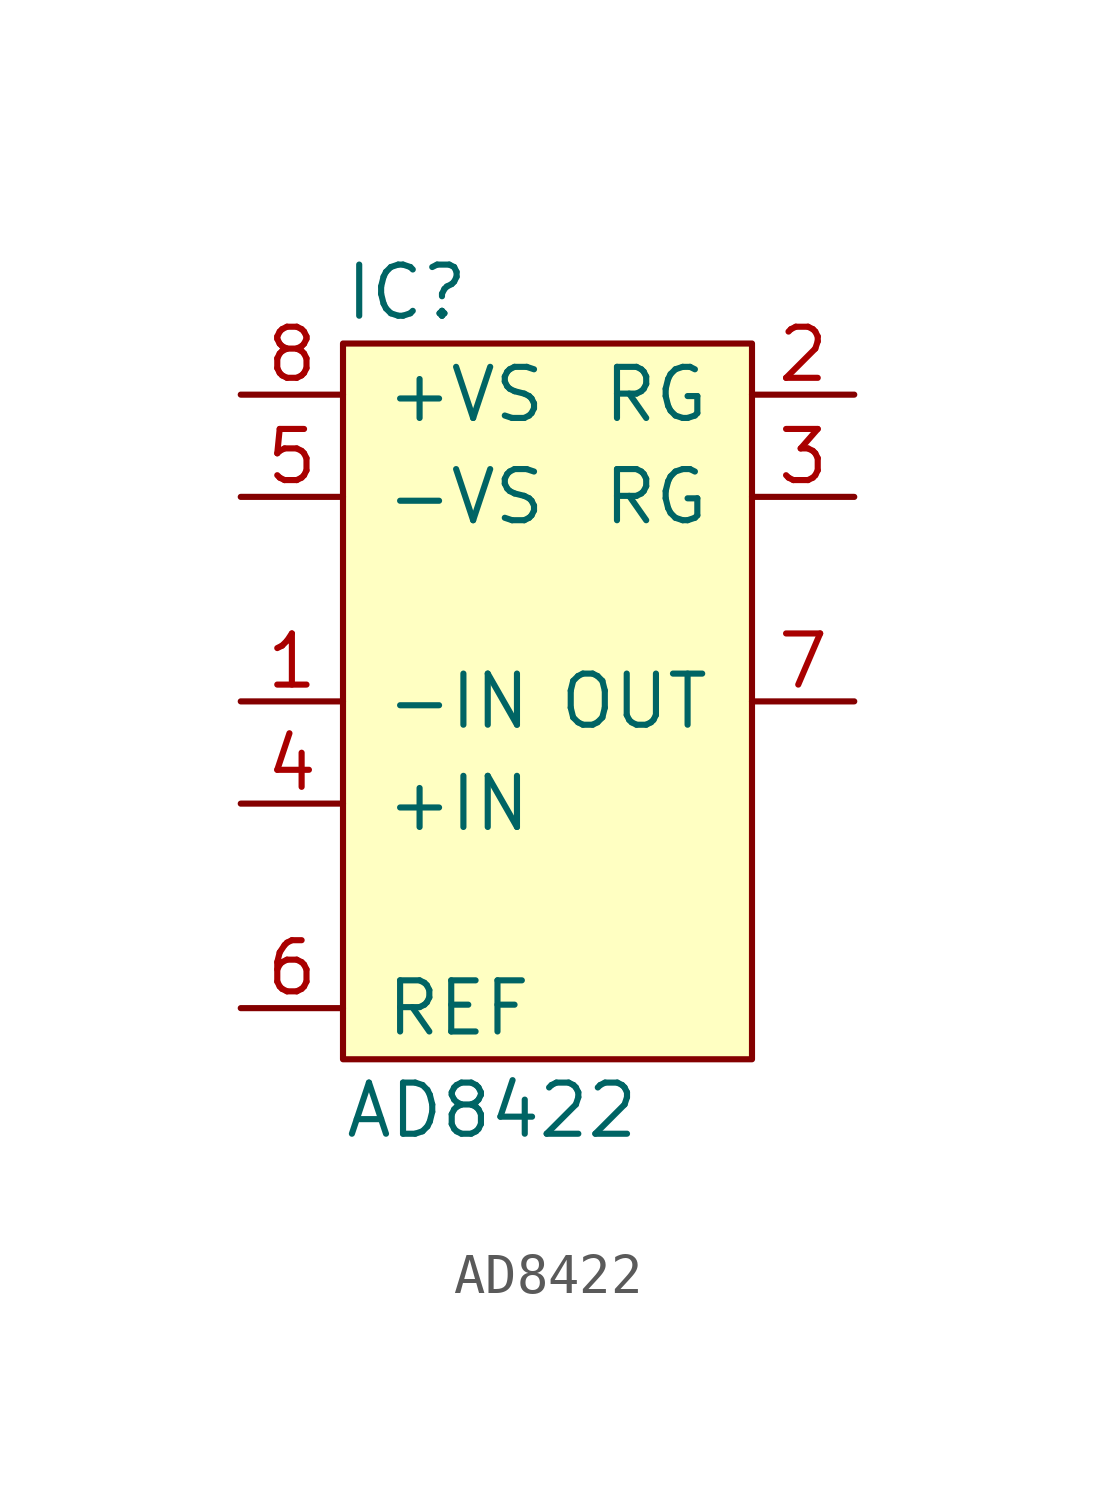
<source format=kicad_sym>
(kicad_symbol_lib
  (version 20211014)
  (generator agg_kicad.build_lib_ic)
  (symbol "AD8422"
    (pin_names
      (offset 1.016))
    (property Reference IC
      (at -5.08 10.16 0)
      (effects (font (size 1.27 1.27)) (justify left)))
    (property Value "AD8422"
      (at -5.08 -10.16 0)
      (effects (font (size 1.27 1.27)) (justify left)))
    (symbol "AD8422_0_0"
      (rectangle (start -5.08 8.89) (end 5.08 -8.89) (stroke (width 0) (type default) (color 0 0 0 0)) (fill (type background)))
      (pin power_in line (at -7.62 7.62 0) (length 2.54) (name "+VS" (effects (font (size 1.27 1.27)))) (number "8" (effects (font (size 1.27 1.27)))))
      (pin power_in line (at -7.62 5.08 0) (length 2.54) (name -VS (effects (font (size 1.27 1.27)))) (number "5" (effects (font (size 1.27 1.27)))))
      (pin input line (at -7.62 0 0) (length 2.54) (name -IN (effects (font (size 1.27 1.27)))) (number "1" (effects (font (size 1.27 1.27)))))
      (pin input line (at -7.62 -2.54 0) (length 2.54) (name "+IN" (effects (font (size 1.27 1.27)))) (number "4" (effects (font (size 1.27 1.27)))))
      (pin input line (at -7.62 -7.62 0) (length 2.54) (name REF (effects (font (size 1.27 1.27)))) (number "6" (effects (font (size 1.27 1.27)))))
      (pin bidirectional line (at 7.62 7.62 180) (length 2.54) (name RG (effects (font (size 1.27 1.27)))) (number "2" (effects (font (size 1.27 1.27)))))
      (pin bidirectional line (at 7.62 5.08 180) (length 2.54) (name RG (effects (font (size 1.27 1.27)))) (number "3" (effects (font (size 1.27 1.27)))))
      (pin output line (at 7.62 0 180) (length 2.54) (name OUT (effects (font (size 1.27 1.27)))) (number "7" (effects (font (size 1.27 1.27))))))))
</source>
